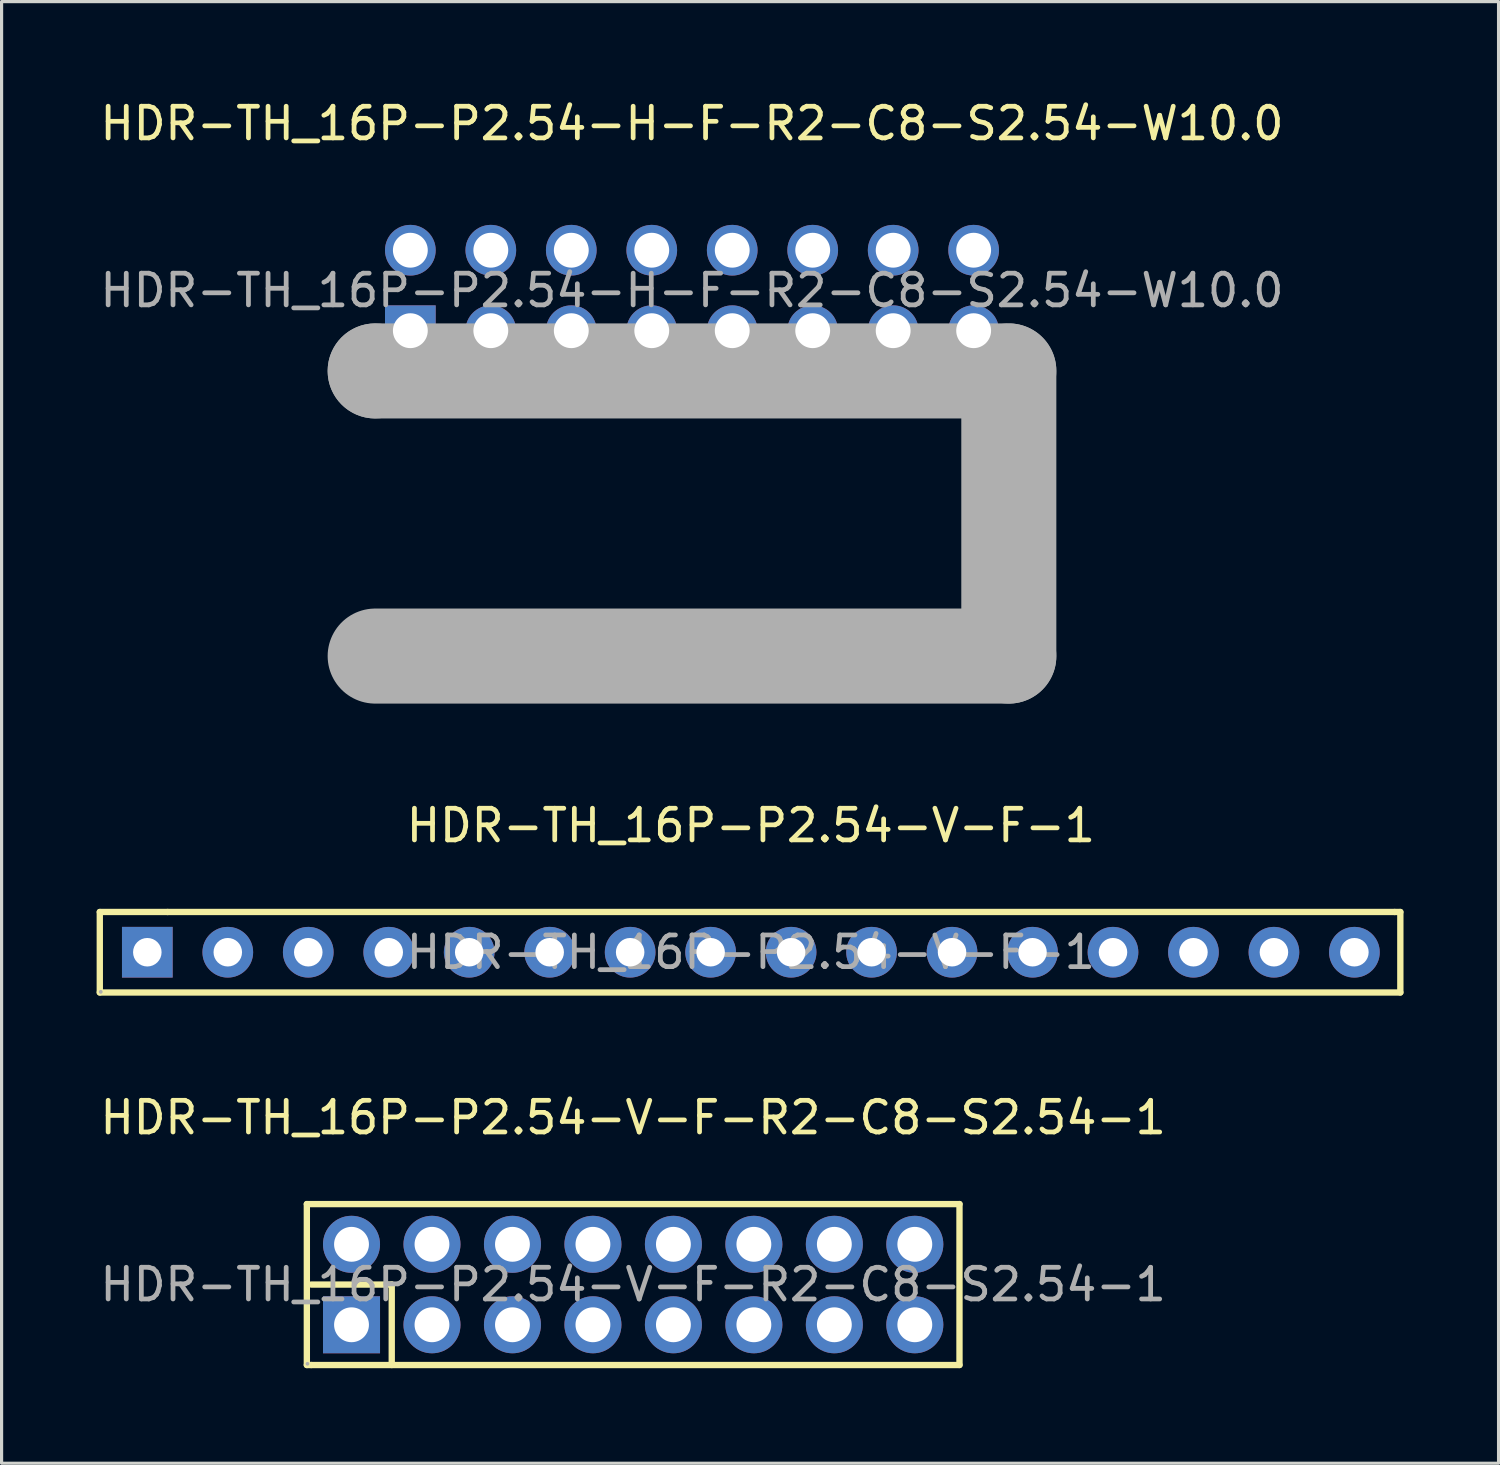
<source format=kicad_pcb>
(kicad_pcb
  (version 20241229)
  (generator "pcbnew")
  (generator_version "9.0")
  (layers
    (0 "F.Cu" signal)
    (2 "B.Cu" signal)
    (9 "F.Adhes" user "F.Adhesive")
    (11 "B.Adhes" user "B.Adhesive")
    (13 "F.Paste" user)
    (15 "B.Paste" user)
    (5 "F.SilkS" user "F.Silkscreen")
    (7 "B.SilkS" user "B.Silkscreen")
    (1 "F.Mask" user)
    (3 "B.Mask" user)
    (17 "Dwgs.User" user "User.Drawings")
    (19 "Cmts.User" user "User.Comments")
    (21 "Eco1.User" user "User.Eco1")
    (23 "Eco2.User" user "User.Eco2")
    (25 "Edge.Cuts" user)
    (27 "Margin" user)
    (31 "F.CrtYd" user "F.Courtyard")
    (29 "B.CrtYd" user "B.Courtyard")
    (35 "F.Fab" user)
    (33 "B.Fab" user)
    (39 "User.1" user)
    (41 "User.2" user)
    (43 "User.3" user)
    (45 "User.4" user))
  (footprint "HDR-TH_16P-P2.54-V-F-1"
    (layer "F.Cu")
    (at 20.65 27.006)
    (property "Reference" "HDR-TH_16P-P2.54-V-F-1" (at 0 -4 0) (layer "F.SilkS") (effects (font (size 1 1) (thickness 0.15))))
    (attr through_hole)
    (fp_line (start -20.55 -1.27) (end -18.41 -1.27) (stroke (width 0.2) (type solid)) (layer "F.SilkS"))
    (fp_line (start -20.55 1.27) (end -20.55 -1.27) (stroke (width 0.2) (type solid)) (layer "F.SilkS"))
    (fp_line (start 20.32 -1.27) (end -18.41 -1.27) (stroke (width 0.2) (type solid)) (layer "F.SilkS"))
    (fp_line (start 20.32 -1.27) (end 20.5 -1.27) (stroke (width 0.2) (type solid)) (layer "F.SilkS"))
    (fp_line (start 20.5 -1.27) (end 20.5 1.27) (stroke (width 0.2) (type solid)) (layer "F.SilkS"))
    (fp_line (start 20.5 1.27) (end -20.55 1.27) (stroke (width 0.2) (type solid)) (layer "F.SilkS"))
    (fp_circle (center -20.52 1.25) (end -20.49 1.25) (stroke (width 0.06) (type solid)) (fill no) (layer "F.Fab"))
    (fp_text user "${REFERENCE}" (at 0 0 0) (layer "F.Fab") (effects (font (size 1 1) (thickness 0.15))))
    (pad "1" thru_hole rect (at -19.05 0) (size 1.6 1.6) (drill 0.9) (layers "*.Cu" "*.Paste" "*.Mask"))
    (pad "2" thru_hole circle (at -16.51 0) (size 1.6 1.6) (drill 0.9) (layers "*.Cu" "*.Paste" "*.Mask"))
    (pad "3" thru_hole circle (at -13.97 0) (size 1.6 1.6) (drill 0.9) (layers "*.Cu" "*.Paste" "*.Mask"))
    (pad "4" thru_hole circle (at -11.43 0) (size 1.6 1.6) (drill 0.9) (layers "*.Cu" "*.Paste" "*.Mask"))
    (pad "5" thru_hole circle (at -8.89 0) (size 1.6 1.6) (drill 0.9) (layers "*.Cu" "*.Paste" "*.Mask"))
    (pad "6" thru_hole circle (at -6.35 0) (size 1.6 1.6) (drill 0.9) (layers "*.Cu" "*.Paste" "*.Mask"))
    (pad "7" thru_hole circle (at -3.81 0) (size 1.6 1.6) (drill 0.9) (layers "*.Cu" "*.Paste" "*.Mask"))
    (pad "8" thru_hole circle (at -1.27 0) (size 1.6 1.6) (drill 0.9) (layers "*.Cu" "*.Paste" "*.Mask"))
    (pad "9" thru_hole circle (at 1.27 0) (size 1.6 1.6) (drill 0.9) (layers "*.Cu" "*.Paste" "*.Mask"))
    (pad "10" thru_hole circle (at 3.81 0) (size 1.6 1.6) (drill 0.9) (layers "*.Cu" "*.Paste" "*.Mask"))
    (pad "11" thru_hole circle (at 6.35 0) (size 1.6 1.6) (drill 0.9) (layers "*.Cu" "*.Paste" "*.Mask"))
    (pad "12" thru_hole circle (at 8.89 0) (size 1.6 1.6) (drill 0.9) (layers "*.Cu" "*.Paste" "*.Mask"))
    (pad "13" thru_hole circle (at 11.43 0) (size 1.6 1.6) (drill 0.9) (layers "*.Cu" "*.Paste" "*.Mask"))
    (pad "14" thru_hole circle (at 13.97 0) (size 1.6 1.6) (drill 0.9) (layers "*.Cu" "*.Paste" "*.Mask"))
    (pad "15" thru_hole circle (at 16.51 0) (size 1.6 1.6) (drill 0.9) (layers "*.Cu" "*.Paste" "*.Mask"))
    (pad "16" thru_hole circle (at 19.05 0) (size 1.6 1.6) (drill 0.9) (layers "*.Cu" "*.Paste" "*.Mask")))
  (footprint "HDR-TH_16P-P2.54-H-F-R2-C8-S2.54-W10.0"
    (layer "F.Cu")
    (at 18.792 6.118)
    (property "Reference" "HDR-TH_16P-P2.54-H-F-R2-C8-S2.54-W10.0" (at 0 -5.27 0) (layer "F.SilkS") (effects (font (size 1 1) (thickness 0.15))))
    (attr through_hole)
    (fp_line (start -10 2.54) (end -10 2.54) (stroke (width 3) (type solid)) (layer "F.Fab"))
    (fp_line (start -10 2.54) (end 10 2.54) (stroke (width 3) (type solid)) (layer "F.Fab"))
    (fp_line (start 10 2.54) (end 10 11.54) (stroke (width 3) (type solid)) (layer "F.Fab"))
    (fp_line (start 10 11.54) (end -10 11.54) (stroke (width 3) (type solid)) (layer "F.Fab"))
    (fp_circle (center -10.13 11.67) (end -10.1 11.67) (stroke (width 0.06) (type solid)) (fill no) (layer "F.Fab"))
    (fp_circle (center -8.89 -1.27) (end -8.72 -1.27) (stroke (width 0.34) (type solid)) (fill no) (layer "F.Fab"))
    (fp_circle (center -8.89 1.27) (end -8.72 1.27) (stroke (width 0.34) (type solid)) (fill no) (layer "F.Fab"))
    (fp_circle (center -6.35 -1.27) (end -6.18 -1.27) (stroke (width 0.34) (type solid)) (fill no) (layer "F.Fab"))
    (fp_circle (center -6.35 1.27) (end -6.18 1.27) (stroke (width 0.34) (type solid)) (fill no) (layer "F.Fab"))
    (fp_circle (center -3.81 -1.27) (end -3.64 -1.27) (stroke (width 0.34) (type solid)) (fill no) (layer "F.Fab"))
    (fp_circle (center -3.81 1.27) (end -3.64 1.27) (stroke (width 0.34) (type solid)) (fill no) (layer "F.Fab"))
    (fp_circle (center -1.27 -1.27) (end -1.1 -1.27) (stroke (width 0.34) (type solid)) (fill no) (layer "F.Fab"))
    (fp_circle (center -1.27 1.27) (end -1.1 1.27) (stroke (width 0.34) (type solid)) (fill no) (layer "F.Fab"))
    (fp_circle (center 1.27 -1.27) (end 1.44 -1.27) (stroke (width 0.34) (type solid)) (fill no) (layer "F.Fab"))
    (fp_circle (center 1.27 1.27) (end 1.44 1.27) (stroke (width 0.34) (type solid)) (fill no) (layer "F.Fab"))
    (fp_circle (center 3.81 -1.27) (end 3.98 -1.27) (stroke (width 0.34) (type solid)) (fill no) (layer "F.Fab"))
    (fp_circle (center 3.81 1.27) (end 3.98 1.27) (stroke (width 0.34) (type solid)) (fill no) (layer "F.Fab"))
    (fp_circle (center 6.35 -1.27) (end 6.52 -1.27) (stroke (width 0.34) (type solid)) (fill no) (layer "F.Fab"))
    (fp_circle (center 6.35 1.27) (end 6.52 1.27) (stroke (width 0.34) (type solid)) (fill no) (layer "F.Fab"))
    (fp_circle (center 8.89 -1.27) (end 9.06 -1.27) (stroke (width 0.34) (type solid)) (fill no) (layer "F.Fab"))
    (fp_circle (center 8.89 1.27) (end 9.06 1.27) (stroke (width 0.34) (type solid)) (fill no) (layer "F.Fab"))
    (fp_text user "${REFERENCE}" (at 0 0 0) (layer "F.Fab") (effects (font (size 1 1) (thickness 0.15))))
    (pad "1" thru_hole rect (at -8.89 1.27) (size 1.6 1.6) (drill 1.1) (layers "*.Cu" "*.Paste" "*.Mask"))
    (pad "2" thru_hole circle (at -8.89 -1.27) (size 1.6 1.6) (drill 1.1) (layers "*.Cu" "*.Paste" "*.Mask"))
    (pad "3" thru_hole circle (at -6.35 1.27) (size 1.6 1.6) (drill 1.1) (layers "*.Cu" "*.Paste" "*.Mask"))
    (pad "4" thru_hole circle (at -6.35 -1.27) (size 1.6 1.6) (drill 1.1) (layers "*.Cu" "*.Paste" "*.Mask"))
    (pad "5" thru_hole circle (at -3.81 1.27) (size 1.6 1.6) (drill 1.1) (layers "*.Cu" "*.Paste" "*.Mask"))
    (pad "6" thru_hole circle (at -3.81 -1.27) (size 1.6 1.6) (drill 1.1) (layers "*.Cu" "*.Paste" "*.Mask"))
    (pad "7" thru_hole circle (at -1.27 1.27) (size 1.6 1.6) (drill 1.1) (layers "*.Cu" "*.Paste" "*.Mask"))
    (pad "8" thru_hole circle (at -1.27 -1.27) (size 1.6 1.6) (drill 1.1) (layers "*.Cu" "*.Paste" "*.Mask"))
    (pad "9" thru_hole circle (at 1.27 1.27) (size 1.6 1.6) (drill 1.1) (layers "*.Cu" "*.Paste" "*.Mask"))
    (pad "10" thru_hole circle (at 1.27 -1.27) (size 1.6 1.6) (drill 1.1) (layers "*.Cu" "*.Paste" "*.Mask"))
    (pad "11" thru_hole circle (at 3.81 1.27) (size 1.6 1.6) (drill 1.1) (layers "*.Cu" "*.Paste" "*.Mask"))
    (pad "12" thru_hole circle (at 3.81 -1.27) (size 1.6 1.6) (drill 1.1) (layers "*.Cu" "*.Paste" "*.Mask"))
    (pad "13" thru_hole circle (at 6.35 1.27) (size 1.6 1.6) (drill 1.1) (layers "*.Cu" "*.Paste" "*.Mask"))
    (pad "14" thru_hole circle (at 6.35 -1.27) (size 1.6 1.6) (drill 1.1) (layers "*.Cu" "*.Paste" "*.Mask"))
    (pad "15" thru_hole circle (at 8.89 1.27) (size 1.6 1.6) (drill 1.1) (layers "*.Cu" "*.Paste" "*.Mask"))
    (pad "16" thru_hole circle (at 8.89 -1.27) (size 1.6 1.6) (drill 1.1) (layers "*.Cu" "*.Paste" "*.Mask")))
  (footprint "HDR-TH_16P-P2.54-V-F-R2-C8-S2.54-1"
    (layer "F.Cu")
    (at 16.935 37.495)
    (property "Reference" "HDR-TH_16P-P2.54-V-F-R2-C8-S2.54-1" (at 0 -5.27 0) (layer "F.SilkS") (effects (font (size 1 1) (thickness 0.15))))
    (attr through_hole)
    (fp_line (start -10.3 -2.54) (end -10.3 2.54) (stroke (width 0.2) (type solid)) (layer "F.SilkS"))
    (fp_line (start -10.3 2.54) (end -10.16 2.54) (stroke (width 0.2) (type solid)) (layer "F.SilkS"))
    (fp_line (start -10.16 0) (end -7.62 0) (stroke (width 0.2) (type solid)) (layer "F.SilkS"))
    (fp_line (start -10.16 2.54) (end 10.3 2.54) (stroke (width 0.2) (type solid)) (layer "F.SilkS"))
    (fp_line (start -7.62 0) (end -7.62 2.54) (stroke (width 0.2) (type solid)) (layer "F.SilkS"))
    (fp_line (start 10.3 -2.54) (end -10.3 -2.54) (stroke (width 0.2) (type solid)) (layer "F.SilkS"))
    (fp_line (start 10.3 2.54) (end 10.3 -2.54) (stroke (width 0.2) (type solid)) (layer "F.SilkS"))
    (fp_circle (center -10.28 2.5) (end -10.25 2.5) (stroke (width 0.06) (type solid)) (fill no) (layer "F.Fab"))
    (fp_text user "${REFERENCE}" (at 0 0 0) (layer "F.Fab") (effects (font (size 1 1) (thickness 0.15))))
    (pad "1" thru_hole rect (at -8.89 1.27) (size 1.8 1.8) (drill 1.1) (layers "*.Cu" "*.Paste" "*.Mask"))
    (pad "2" thru_hole circle (at -8.89 -1.27) (size 1.8 1.8) (drill 1.1) (layers "*.Cu" "*.Paste" "*.Mask"))
    (pad "3" thru_hole circle (at -6.35 1.27) (size 1.8 1.8) (drill 1.1) (layers "*.Cu" "*.Paste" "*.Mask"))
    (pad "4" thru_hole circle (at -6.35 -1.27) (size 1.8 1.8) (drill 1.1) (layers "*.Cu" "*.Paste" "*.Mask"))
    (pad "5" thru_hole circle (at -3.81 1.27) (size 1.8 1.8) (drill 1.1) (layers "*.Cu" "*.Paste" "*.Mask"))
    (pad "6" thru_hole circle (at -3.81 -1.27) (size 1.8 1.8) (drill 1.1) (layers "*.Cu" "*.Paste" "*.Mask"))
    (pad "7" thru_hole circle (at -1.27 1.27) (size 1.8 1.8) (drill 1.1) (layers "*.Cu" "*.Paste" "*.Mask"))
    (pad "8" thru_hole circle (at -1.27 -1.27) (size 1.8 1.8) (drill 1.1) (layers "*.Cu" "*.Paste" "*.Mask"))
    (pad "9" thru_hole circle (at 1.27 1.27) (size 1.8 1.8) (drill 1.1) (layers "*.Cu" "*.Paste" "*.Mask"))
    (pad "10" thru_hole circle (at 1.27 -1.27) (size 1.8 1.8) (drill 1.1) (layers "*.Cu" "*.Paste" "*.Mask"))
    (pad "11" thru_hole circle (at 3.81 1.27) (size 1.8 1.8) (drill 1.1) (layers "*.Cu" "*.Paste" "*.Mask"))
    (pad "12" thru_hole circle (at 3.81 -1.27) (size 1.8 1.8) (drill 1.1) (layers "*.Cu" "*.Paste" "*.Mask"))
    (pad "13" thru_hole circle (at 6.35 1.27) (size 1.8 1.8) (drill 1.1) (layers "*.Cu" "*.Paste" "*.Mask"))
    (pad "14" thru_hole circle (at 6.35 -1.27) (size 1.8 1.8) (drill 1.1) (layers "*.Cu" "*.Paste" "*.Mask"))
    (pad "15" thru_hole circle (at 8.89 1.27) (size 1.8 1.8) (drill 1.1) (layers "*.Cu" "*.Paste" "*.Mask"))
    (pad "16" thru_hole circle (at 8.89 -1.27) (size 1.8 1.8) (drill 1.1) (layers "*.Cu" "*.Paste" "*.Mask")))
  (gr_rect
    (start -3 -3)
    (end 44.25 43.135)
    (stroke (width 0.1) (type default))
    (fill no)
    (layer "Edge.Cuts")))
</source>
